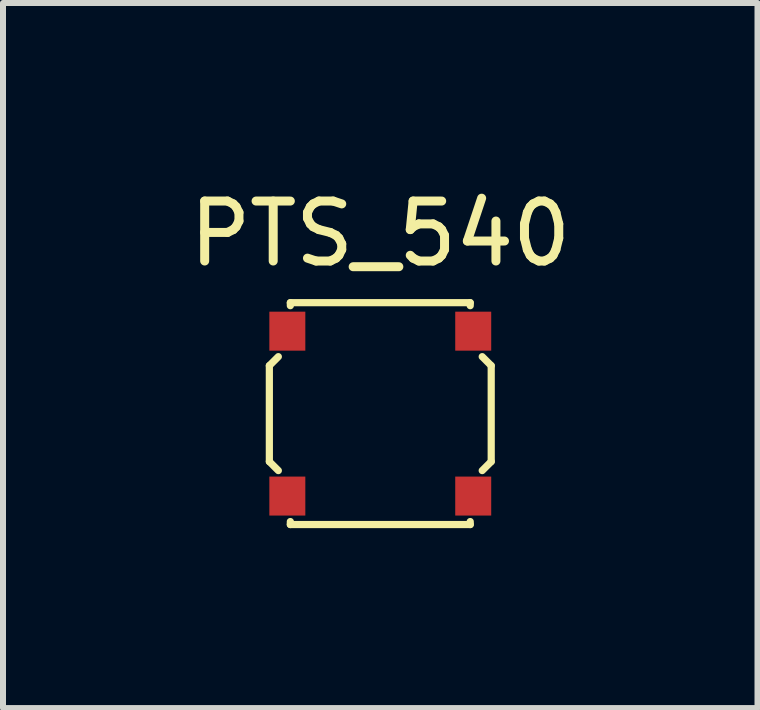
<source format=kicad_pcb>
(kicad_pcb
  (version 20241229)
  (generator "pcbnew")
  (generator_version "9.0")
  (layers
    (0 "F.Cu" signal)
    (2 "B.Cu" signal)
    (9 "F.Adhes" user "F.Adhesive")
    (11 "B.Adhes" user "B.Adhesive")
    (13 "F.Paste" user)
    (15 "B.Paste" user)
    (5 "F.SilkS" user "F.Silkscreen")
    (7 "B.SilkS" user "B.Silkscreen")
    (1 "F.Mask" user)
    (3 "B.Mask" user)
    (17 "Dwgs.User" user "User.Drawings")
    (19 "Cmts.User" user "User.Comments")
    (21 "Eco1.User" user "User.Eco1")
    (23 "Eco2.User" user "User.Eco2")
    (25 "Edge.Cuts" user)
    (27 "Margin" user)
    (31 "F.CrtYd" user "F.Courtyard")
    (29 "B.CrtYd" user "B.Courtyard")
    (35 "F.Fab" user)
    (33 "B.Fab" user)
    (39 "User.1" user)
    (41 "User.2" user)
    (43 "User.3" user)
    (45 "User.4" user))
  (footprint "PTS_540"
    (layer "F.Cu")
    (at 3.292 3.848)
    (property "Reference" "PTS_540" (at 0 -3 0) (layer "F.SilkS") (effects (font (size 1 1) (thickness 0.15))))
    (attr through_hole)
    (fp_line (start -1.85 -0.8) (end -1.7 -0.95) (stroke (width 0.12) (type solid)) (layer "F.SilkS"))
    (fp_line (start -1.85 0.8) (end -1.85 -0.8) (stroke (width 0.12) (type solid)) (layer "F.SilkS"))
    (fp_line (start -1.85 0.8) (end -1.7 0.95) (stroke (width 0.12) (type solid)) (layer "F.SilkS"))
    (fp_line (start -1.5 -1.85) (end -1.5 -1.8) (stroke (width 0.12) (type solid)) (layer "F.SilkS"))
    (fp_line (start -1.5 -1.85) (end 1.5 -1.85) (stroke (width 0.12) (type solid)) (layer "F.SilkS"))
    (fp_line (start -1.5 1.85) (end -1.5 1.8) (stroke (width 0.12) (type solid)) (layer "F.SilkS"))
    (fp_line (start -1.5 1.85) (end 1.5 1.85) (stroke (width 0.12) (type solid)) (layer "F.SilkS"))
    (fp_line (start 1.5 -1.85) (end 1.5 -1.8) (stroke (width 0.12) (type solid)) (layer "F.SilkS"))
    (fp_line (start 1.5 1.85) (end 1.5 1.8) (stroke (width 0.12) (type solid)) (layer "F.SilkS"))
    (fp_line (start 1.7 -0.95) (end 1.85 -0.8) (stroke (width 0.12) (type solid)) (layer "F.SilkS"))
    (fp_line (start 1.85 -0.8) (end 1.85 0.8) (stroke (width 0.12) (type solid)) (layer "F.SilkS"))
    (fp_line (start 1.85 0.8) (end 1.7 0.95) (stroke (width 0.12) (type solid)) (layer "F.SilkS"))
    (pad "1" smd rect (at -1.55 -1.375) (size 0.6 0.65) (layers "F.Cu" "F.Mask" "F.Paste"))
    (pad "2" smd rect (at -1.55 1.375) (size 0.6 0.65) (layers "F.Cu" "F.Mask" "F.Paste"))
    (pad "3" smd rect (at 1.55 1.375) (size 0.6 0.65) (layers "F.Cu" "F.Mask" "F.Paste"))
    (pad "4" smd rect (at 1.55 -1.375) (size 0.6 0.65) (layers "F.Cu" "F.Mask" "F.Paste")))
  (gr_rect
    (start -3 -3)
    (end 9.583 8.758)
    (stroke (width 0.1) (type default))
    (fill no)
    (layer "Edge.Cuts")))
</source>
